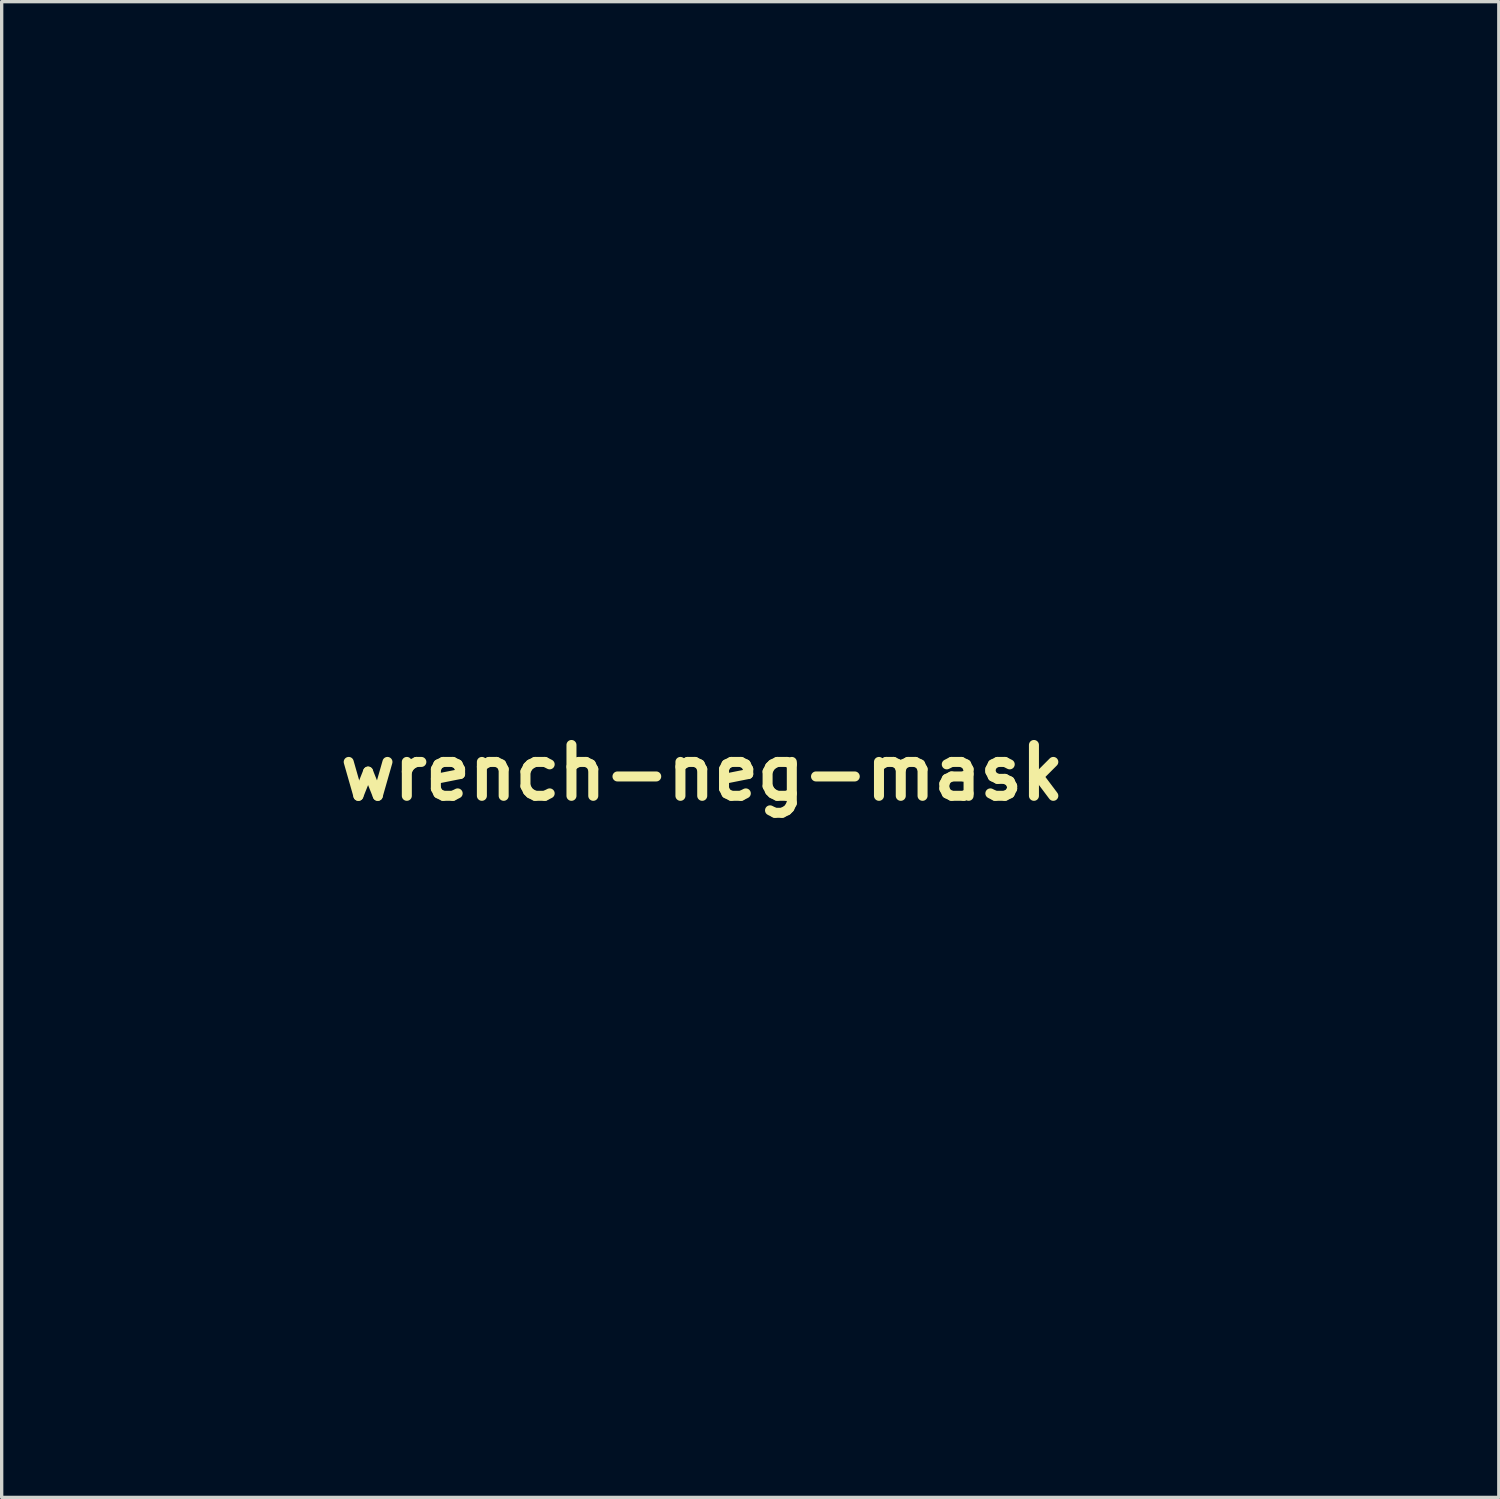
<source format=kicad_pcb>
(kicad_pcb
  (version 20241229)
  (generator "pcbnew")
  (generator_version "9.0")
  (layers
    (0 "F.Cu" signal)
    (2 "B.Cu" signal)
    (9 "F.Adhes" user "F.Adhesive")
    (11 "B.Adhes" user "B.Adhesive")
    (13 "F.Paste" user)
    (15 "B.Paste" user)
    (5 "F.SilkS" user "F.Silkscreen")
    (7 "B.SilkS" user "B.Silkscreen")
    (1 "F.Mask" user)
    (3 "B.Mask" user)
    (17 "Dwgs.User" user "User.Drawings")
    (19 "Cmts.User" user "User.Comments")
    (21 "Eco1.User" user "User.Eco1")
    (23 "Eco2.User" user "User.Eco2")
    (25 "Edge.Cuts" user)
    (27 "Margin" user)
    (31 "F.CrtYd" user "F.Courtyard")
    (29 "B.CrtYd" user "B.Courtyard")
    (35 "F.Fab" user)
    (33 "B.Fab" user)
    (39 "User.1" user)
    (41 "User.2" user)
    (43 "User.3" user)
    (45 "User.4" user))
  (footprint "wrench-neg-mask"
    (layer "F.Cu")
    (at 17.997 20.113)
    (property "Reference" "wrench-neg-mask" (at 0 0 0) (layer "F.SilkS") (effects (font (size 1.524 1.524) (thickness 0.3))))
    (attr through_hole)
    (fp_poly (pts (xy -6.042 -19.685) (xy -5.132 -18.563) (xy -4.385 -17.402) (xy -3.798 -16.197) (xy -3.368 -14.942) (xy -3.349 -14.873) (xy -3.18 -14.174) (xy -3.064 -13.523) (xy -2.997 -12.867) (xy -2.974 -12.152) (xy -2.989 -11.326) (xy -2.989 -11.312) (xy -3.035 -10.481) (xy -3.114 -9.742) (xy -3.238 -9.041) (xy -3.417 -8.329) (xy -3.662 -7.553) (xy -3.857 -6.998) (xy -4.113 -6.272) (xy -4.306 -5.658) (xy -4.443 -5.114) (xy -4.534 -4.599) (xy -4.587 -4.071) (xy -4.609 -3.488) (xy -4.612 -3.156) (xy -4.605 -2.664) (xy -4.588 -2.27) (xy -4.56 -1.996) (xy -4.525 -1.867) (xy -4.523 -1.864) (xy -4.45 -1.887) (xy -4.282 -2.011) (xy -4.015 -2.24) (xy -3.645 -2.578) (xy -3.169 -3.028) (xy -2.582 -3.593) (xy -1.999 -4.162) (xy -1.387 -4.762) (xy -0.887 -5.256) (xy -0.49 -5.654) (xy -0.185 -5.966) (xy 0.038 -6.203) (xy 0.187 -6.377) (xy 0.274 -6.497) (xy 0.308 -6.575) (xy 0.299 -6.621) (xy 0.282 -6.635) (xy 0.142 -6.667) (xy -0.135 -6.693) (xy -0.517 -6.712) (xy -0.974 -6.722) (xy -1.15 -6.723) (xy -2.427 -6.724) (xy -2.24 -7.278) (xy -2.117 -7.684) (xy -1.976 -8.224) (xy -1.825 -8.866) (xy -1.672 -9.576) (xy -1.641 -9.728) (xy -1.599 -9.931) (xy -0.44 -9.879) (xy 0.948 -9.74) (xy 2.258 -9.45) (xy 3.49 -9.011) (xy 4.643 -8.421) (xy 4.711 -8.381) (xy 5.231 -8.065) (xy 6.211 -9.049) (xy 6.645 -9.49) (xy 6.973 -9.846) (xy 7.208 -10.153) (xy 7.365 -10.445) (xy 7.458 -10.758) (xy 7.5 -11.127) (xy 7.505 -11.586) (xy 7.488 -12.17) (xy 7.485 -12.249) (xy 7.468 -12.95) (xy 7.479 -13.522) (xy 7.524 -14.004) (xy 7.61 -14.436) (xy 7.742 -14.856) (xy 7.927 -15.303) (xy 7.988 -15.436) (xy 8.485 -16.306) (xy 9.11 -17.072) (xy 9.851 -17.724) (xy 10.694 -18.249) (xy 11.628 -18.638) (xy 11.899 -18.72) (xy 12.758 -18.88) (xy 13.672 -18.912) (xy 14.592 -18.82) (xy 15.467 -18.607) (xy 15.946 -18.424) (xy 16.297 -18.253) (xy 16.63 -18.06) (xy 16.912 -17.87) (xy 17.109 -17.705) (xy 17.187 -17.588) (xy 17.187 -17.584) (xy 17.116 -17.518) (xy 16.913 -17.385) (xy 16.599 -17.194) (xy 16.192 -16.958) (xy 15.711 -16.688) (xy 15.174 -16.394) (xy 15.092 -16.35) (xy 14.54 -16.05) (xy 14.033 -15.771) (xy 13.589 -15.524) (xy 13.23 -15.321) (xy 12.978 -15.173) (xy 12.851 -15.092) (xy 12.846 -15.088) (xy 12.789 -15.021) (xy 12.749 -14.921) (xy 12.725 -14.759) (xy 12.713 -14.51) (xy 12.712 -14.145) (xy 12.719 -13.639) (xy 12.719 -13.638) (xy 12.742 -12.319) (xy 13.801 -11.881) (xy 14.207 -11.718) (xy 14.571 -11.582) (xy 14.857 -11.484) (xy 15.03 -11.439) (xy 15.048 -11.437) (xy 15.17 -11.475) (xy 15.418 -11.585) (xy 15.771 -11.757) (xy 16.207 -11.98) (xy 16.705 -12.244) (xy 17.233 -12.531) (xy 17.769 -12.823) (xy 18.263 -13.086) (xy 18.694 -13.309) (xy 19.04 -13.482) (xy 19.28 -13.593) (xy 19.394 -13.631) (xy 19.472 -13.617) (xy 19.52 -13.555) (xy 19.546 -13.411) (xy 19.556 -13.154) (xy 19.558 -12.865) (xy 19.48 -11.839) (xy 19.246 -10.876) (xy 18.852 -9.967) (xy 18.418 -9.271) (xy 17.791 -8.529) (xy 17.052 -7.907) (xy 16.194 -7.401) (xy 15.431 -7.081) (xy 15.168 -6.989) (xy 14.947 -6.921) (xy 14.736 -6.873) (xy 14.501 -6.843) (xy 14.209 -6.825) (xy 13.828 -6.816) (xy 13.323 -6.812) (xy 13.081 -6.812) (xy 12.385 -6.804) (xy 11.851 -6.785) (xy 11.475 -6.754) (xy 11.249 -6.711) (xy 11.22 -6.7) (xy 11.079 -6.607) (xy 10.844 -6.415) (xy 10.54 -6.145) (xy 10.193 -5.821) (xy 9.891 -5.527) (xy 8.813 -4.461) (xy 8.971 -4.239) (xy 9.251 -3.784) (xy 9.541 -3.203) (xy 9.826 -2.538) (xy 10.087 -1.83) (xy 10.309 -1.121) (xy 10.463 -0.508) (xy 10.544 -0.009) (xy 10.604 0.608) (xy 10.641 1.292) (xy 10.654 1.994) (xy 10.641 2.662) (xy 10.6 3.247) (xy 10.587 3.358) (xy 10.474 4.067) (xy 10.31 4.83) (xy 10.112 5.587) (xy 9.893 6.277) (xy 9.737 6.689) (xy 9.597 7.059) (xy 9.446 7.519) (xy 9.305 7.995) (xy 9.248 8.213) (xy 9.157 8.594) (xy 9.094 8.93) (xy 9.054 9.268) (xy 9.031 9.656) (xy 9.022 10.142) (xy 9.02 10.428) (xy 9.023 10.887) (xy 9.033 11.286) (xy 9.05 11.594) (xy 9.07 11.781) (xy 9.084 11.821) (xy 9.156 11.778) (xy 9.334 11.627) (xy 9.606 11.379) (xy 9.957 11.049) (xy 10.376 10.646) (xy 10.848 10.185) (xy 11.362 9.677) (xy 11.558 9.481) (xy 12.238 8.799) (xy 12.796 8.229) (xy 13.236 7.77) (xy 13.561 7.419) (xy 13.772 7.173) (xy 13.873 7.029) (xy 13.879 6.987) (xy 13.761 6.954) (xy 13.497 6.927) (xy 13.109 6.909) (xy 12.62 6.901) (xy 12.5 6.9) (xy 11.208 6.9) (xy 11.44 6.177) (xy 11.572 5.727) (xy 11.704 5.213) (xy 11.809 4.739) (xy 11.817 4.696) (xy 11.884 4.348) (xy 11.942 4.058) (xy 11.98 3.871) (xy 11.99 3.831) (xy 12.061 3.779) (xy 12.256 3.745) (xy 12.59 3.728) (xy 12.898 3.725) (xy 14.187 3.809) (xy 15.466 4.056) (xy 16.719 4.459) (xy 17.93 5.013) (xy 19.085 5.712) (xy 20.167 6.549) (xy 20.362 6.723) (xy 20.87 7.184) (xy 19.771 8.291) (xy 19.418 8.642) (xy 19.103 8.947) (xy 18.847 9.188) (xy 18.669 9.344) (xy 18.59 9.398) (xy 18.482 9.344) (xy 18.314 9.21) (xy 18.269 9.168) (xy 18.029 8.938) (xy 11.056 15.911) (xy 11.23 16.105) (xy 11.348 16.24) (xy 11.42 16.356) (xy 11.433 16.473) (xy 11.378 16.612) (xy 11.242 16.795) (xy 11.016 17.043) (xy 10.688 17.378) (xy 10.447 17.62) (xy 10.097 17.968) (xy 9.787 18.27) (xy 9.538 18.507) (xy 9.369 18.66) (xy 9.3 18.711) (xy 9.221 18.653) (xy 9.06 18.496) (xy 8.847 18.271) (xy 8.765 18.182) (xy 7.952 17.163) (xy 7.245 16.037) (xy 6.667 14.845) (xy 6.391 14.111) (xy 6.202 13.459) (xy 9.529 13.459) (xy 9.847 14.102) (xy 9.999 14.39) (xy 10.129 14.604) (xy 10.218 14.711) (xy 10.236 14.717) (xy 10.307 14.654) (xy 10.489 14.483) (xy 10.768 14.215) (xy 11.134 13.86) (xy 11.576 13.429) (xy 12.083 12.934) (xy 12.643 12.385) (xy 13.245 11.793) (xy 13.628 11.416) (xy 14.344 10.71) (xy 14.949 10.113) (xy 15.45 9.616) (xy 15.857 9.208) (xy 16.179 8.881) (xy 16.425 8.625) (xy 16.602 8.43) (xy 16.721 8.286) (xy 16.79 8.185) (xy 16.817 8.115) (xy 16.812 8.069) (xy 16.783 8.035) (xy 16.751 8.013) (xy 16.568 7.908) (xy 16.295 7.77) (xy 16.055 7.656) (xy 15.558 7.429) (xy 9.529 13.459) (xy 6.202 13.459) (xy 6.138 13.237) (xy 5.967 12.357) (xy 5.871 11.418) (xy 5.843 10.414) (xy 5.871 9.402) (xy 5.963 8.472) (xy 6.127 7.571) (xy 6.375 6.646) (xy 6.716 5.644) (xy 6.752 5.546) (xy 7.052 4.673) (xy 7.262 3.883) (xy 7.392 3.123) (xy 7.454 2.339) (xy 7.462 1.983) (xy 7.46 1.555) (xy 7.449 1.163) (xy 7.431 0.853) (xy 7.409 0.681) (xy 7.348 0.401) (xy 4.946 2.801) (xy 4.278 3.473) (xy 3.72 4.043) (xy 3.273 4.509) (xy 2.941 4.869) (xy 2.725 5.12) (xy 2.629 5.258) (xy 2.626 5.285) (xy 2.737 5.314) (xy 2.988 5.339) (xy 3.347 5.357) (xy 3.786 5.366) (xy 3.979 5.367) (xy 4.421 5.369) (xy 4.796 5.375) (xy 5.075 5.384) (xy 5.229 5.395) (xy 5.249 5.401) (xy 5.226 5.491) (xy 5.164 5.707) (xy 5.072 6.013) (xy 5 6.252) (xy 4.868 6.713) (xy 4.738 7.222) (xy 4.632 7.688) (xy 4.607 7.811) (xy 4.464 8.551) (xy 3.72 8.551) (xy 2.457 8.474) (xy 1.195 8.25) (xy -0.03 7.886) (xy -1.185 7.394) (xy -1.778 7.071) (xy -2.413 6.695) (xy -3.352 7.645) (xy -3.69 7.994) (xy -3.996 8.327) (xy -4.245 8.613) (xy -4.41 8.823) (xy -4.453 8.89) (xy -4.508 9.006) (xy -4.548 9.141) (xy -4.578 9.322) (xy -4.597 9.572) (xy -4.608 9.918) (xy -4.613 10.384) (xy -4.615 10.964) (xy -4.616 11.56) (xy -4.62 12.017) (xy -4.631 12.364) (xy -4.651 12.631) (xy -4.683 12.848) (xy -4.731 13.046) (xy -4.796 13.253) (xy -4.854 13.419) (xy -5.268 14.353) (xy -5.812 15.194) (xy -6.473 15.927) (xy -7.236 16.542) (xy -8.089 17.025) (xy -9.018 17.365) (xy -9.189 17.409) (xy -9.844 17.517) (xy -10.576 17.555) (xy -11.317 17.523) (xy -11.997 17.422) (xy -12.219 17.368) (xy -12.688 17.218) (xy -13.145 17.037) (xy -13.562 16.838) (xy -13.912 16.638) (xy -14.166 16.452) (xy -14.297 16.293) (xy -14.309 16.244) (xy -14.243 16.162) (xy -14.043 16.018) (xy -13.705 15.81) (xy -13.225 15.534) (xy -12.598 15.188) (xy -12.149 14.946) (xy -11.592 14.643) (xy -11.082 14.359) (xy -10.64 14.104) (xy -10.284 13.891) (xy -10.034 13.732) (xy -9.911 13.636) (xy -9.903 13.626) (xy -9.871 13.478) (xy -9.849 13.188) (xy -9.838 12.785) (xy -9.839 12.296) (xy -9.84 12.214) (xy -9.864 10.964) (xy -10.964 10.524) (xy -11.375 10.364) (xy -11.739 10.229) (xy -12.023 10.131) (xy -12.193 10.083) (xy -12.216 10.08) (xy -12.328 10.118) (xy -12.566 10.228) (xy -12.911 10.399) (xy -13.341 10.621) (xy -13.836 10.883) (xy -14.373 11.174) (xy -14.377 11.176) (xy -14.915 11.467) (xy -15.409 11.73) (xy -15.839 11.953) (xy -16.183 12.125) (xy -16.422 12.237) (xy -16.533 12.277) (xy -16.534 12.277) (xy -16.601 12.258) (xy -16.644 12.182) (xy -16.668 12.018) (xy -16.678 11.737) (xy -16.679 11.444) (xy -16.599 10.439) (xy -16.363 9.488) (xy -15.981 8.603) (xy -15.463 7.796) (xy -14.816 7.081) (xy -14.05 6.469) (xy -13.175 5.972) (xy -12.46 5.686) (xy -12.22 5.609) (xy -12.005 5.552) (xy -11.78 5.513) (xy -11.515 5.488) (xy -11.175 5.473) (xy -10.728 5.466) (xy -10.202 5.464) (xy -9.588 5.462) (xy -9.109 5.448) (xy -8.731 5.409) (xy -8.42 5.331) (xy -8.143 5.199) (xy -7.865 5) (xy -7.553 4.719) (xy -7.203 4.373) (xy -0.096 4.373) (xy 0.396 4.598) (xy 0.657 4.714) (xy 0.851 4.796) (xy 0.932 4.824) (xy 0.998 4.767) (xy 1.173 4.6) (xy 1.444 4.337) (xy 1.799 3.987) (xy 2.229 3.563) (xy 2.72 3.076) (xy 3.261 2.537) (xy 3.842 1.958) (xy 3.964 1.835) (xy 6.954 -1.155) (xy 6.741 -1.636) (xy 6.62 -1.887) (xy 6.517 -2.061) (xy 6.46 -2.117) (xy 6.389 -2.058) (xy 6.21 -1.891) (xy 5.933 -1.626) (xy 5.571 -1.273) (xy 5.133 -0.844) (xy 4.632 -0.349) (xy 4.079 0.199) (xy 3.484 0.792) (xy 3.148 1.128) (xy -0.096 4.373) (xy -7.203 4.373) (xy -7.172 4.342) (xy -6.946 4.114) (xy -5.976 3.137) (xy -6.169 2.817) (xy -6.393 2.414) (xy -6.639 1.918) (xy -6.883 1.386) (xy -7.097 0.876) (xy -7.256 0.444) (xy -7.277 0.381) (xy -7.438 -0.17) (xy -7.439 -0.174) (xy -4.102 -0.174) (xy -3.872 0.294) (xy -3.749 0.539) (xy -3.657 0.708) (xy -3.62 0.762) (xy -3.558 0.704) (xy -3.387 0.537) (xy -3.118 0.272) (xy -2.762 -0.081) (xy -2.331 -0.509) (xy -1.835 -1.003) (xy -1.285 -1.552) (xy -0.692 -2.144) (xy -0.342 -2.494) (xy 2.914 -5.751) (xy 2.42 -5.977) (xy 1.927 -6.202) (xy -4.102 -0.174) (xy -7.439 -0.174) (xy -7.558 -0.663) (xy -7.643 -1.147) (xy -7.702 -1.67) (xy -7.741 -2.28) (xy -7.761 -2.794) (xy -7.775 -3.52) (xy -7.761 -4.172) (xy -7.716 -4.781) (xy -7.632 -5.378) (xy -7.503 -5.995) (xy -7.325 -6.663) (xy -7.091 -7.413) (xy -6.796 -8.277) (xy -6.691 -8.572) (xy -6.549 -9.005) (xy -6.412 -9.478) (xy -6.308 -9.901) (xy -6.293 -9.969) (xy -6.244 -10.294) (xy -6.204 -10.706) (xy -6.176 -11.172) (xy -6.159 -11.654) (xy -6.154 -12.117) (xy -6.163 -12.527) (xy -6.185 -12.846) (xy -6.222 -13.039) (xy -6.232 -13.06) (xy -6.268 -13.081) (xy -6.34 -13.056) (xy -6.456 -12.977) (xy -6.629 -12.834) (xy -6.867 -12.617) (xy -7.182 -12.317) (xy -7.584 -11.925) (xy -8.083 -11.431) (xy -8.69 -10.826) (xy -8.719 -10.796) (xy -9.241 -10.271) (xy -9.721 -9.782) (xy -10.147 -9.343) (xy -10.506 -8.965) (xy -10.786 -8.663) (xy -10.974 -8.45) (xy -11.059 -8.338) (xy -11.062 -8.324) (xy -10.959 -8.302) (xy -10.718 -8.283) (xy -10.368 -8.268) (xy -9.942 -8.259) (xy -9.69 -8.258) (xy -9.241 -8.255) (xy -8.859 -8.249) (xy -8.571 -8.241) (xy -8.408 -8.231) (xy -8.382 -8.225) (xy -8.405 -8.136) (xy -8.466 -7.924) (xy -8.554 -7.629) (xy -8.592 -7.505) (xy -8.669 -7.232) (xy -8.761 -6.873) (xy -8.86 -6.467) (xy -8.956 -6.055) (xy -9.041 -5.673) (xy -9.105 -5.361) (xy -9.14 -5.157) (xy -9.144 -5.113) (xy -9.223 -5.087) (xy -9.436 -5.075) (xy -9.751 -5.074) (xy -10.134 -5.085) (xy -10.55 -5.105) (xy -10.966 -5.133) (xy -11.348 -5.169) (xy -11.663 -5.209) (xy -11.69 -5.214) (xy -12.395 -5.363) (xy -13.155 -5.575) (xy -13.904 -5.831) (xy -14.575 -6.107) (xy -14.793 -6.211) (xy -15.391 -6.542) (xy -16.03 -6.946) (xy -16.652 -7.384) (xy -17.203 -7.818) (xy -17.442 -8.029) (xy -17.992 -8.54) (xy -17.073 -9.463) (xy -13.97 -9.463) (xy -13.9 -9.396) (xy -13.719 -9.282) (xy -13.47 -9.146) (xy -13.198 -9.008) (xy -12.946 -8.893) (xy -12.758 -8.822) (xy -12.7 -8.809) (xy -12.616 -8.867) (xy -12.426 -9.033) (xy -12.14 -9.297) (xy -11.771 -9.647) (xy -11.331 -10.071) (xy -10.832 -10.558) (xy -10.285 -11.096) (xy -9.703 -11.675) (xy -9.615 -11.763) (xy -6.658 -14.721) (xy -6.889 -15.256) (xy -6.972 -15.462) (xy -7.041 -15.639) (xy -7.106 -15.78) (xy -7.176 -15.877) (xy -7.263 -15.925) (xy -7.376 -15.916) (xy -7.526 -15.845) (xy -7.723 -15.704) (xy -7.977 -15.486) (xy -8.299 -15.186) (xy -8.699 -14.797) (xy -9.187 -14.311) (xy -9.774 -13.723) (xy -10.469 -13.026) (xy -10.67 -12.825) (xy -11.287 -12.207) (xy -11.866 -11.625) (xy -12.397 -11.089) (xy -12.869 -10.611) (xy -13.271 -10.201) (xy -13.591 -9.871) (xy -13.821 -9.631) (xy -13.948 -9.493) (xy -13.97 -9.463) (xy -17.073 -9.463) (xy -16.879 -9.658) (xy -15.767 -10.776) (xy -15.455 -10.538) (xy -15.143 -10.3) (xy -8.175 -17.268) (xy -8.446 -17.547) (xy -8.718 -17.827) (xy -6.422 -20.108) (xy -6.042 -19.685)) (stroke (width 0.01) (type solid)) (fill yes) (layer "F.Mask")))
  (gr_rect
    (start -3 -3)
    (end 41.872 41.83)
    (stroke (width 0.1) (type default))
    (fill no)
    (layer "Edge.Cuts")))
</source>
